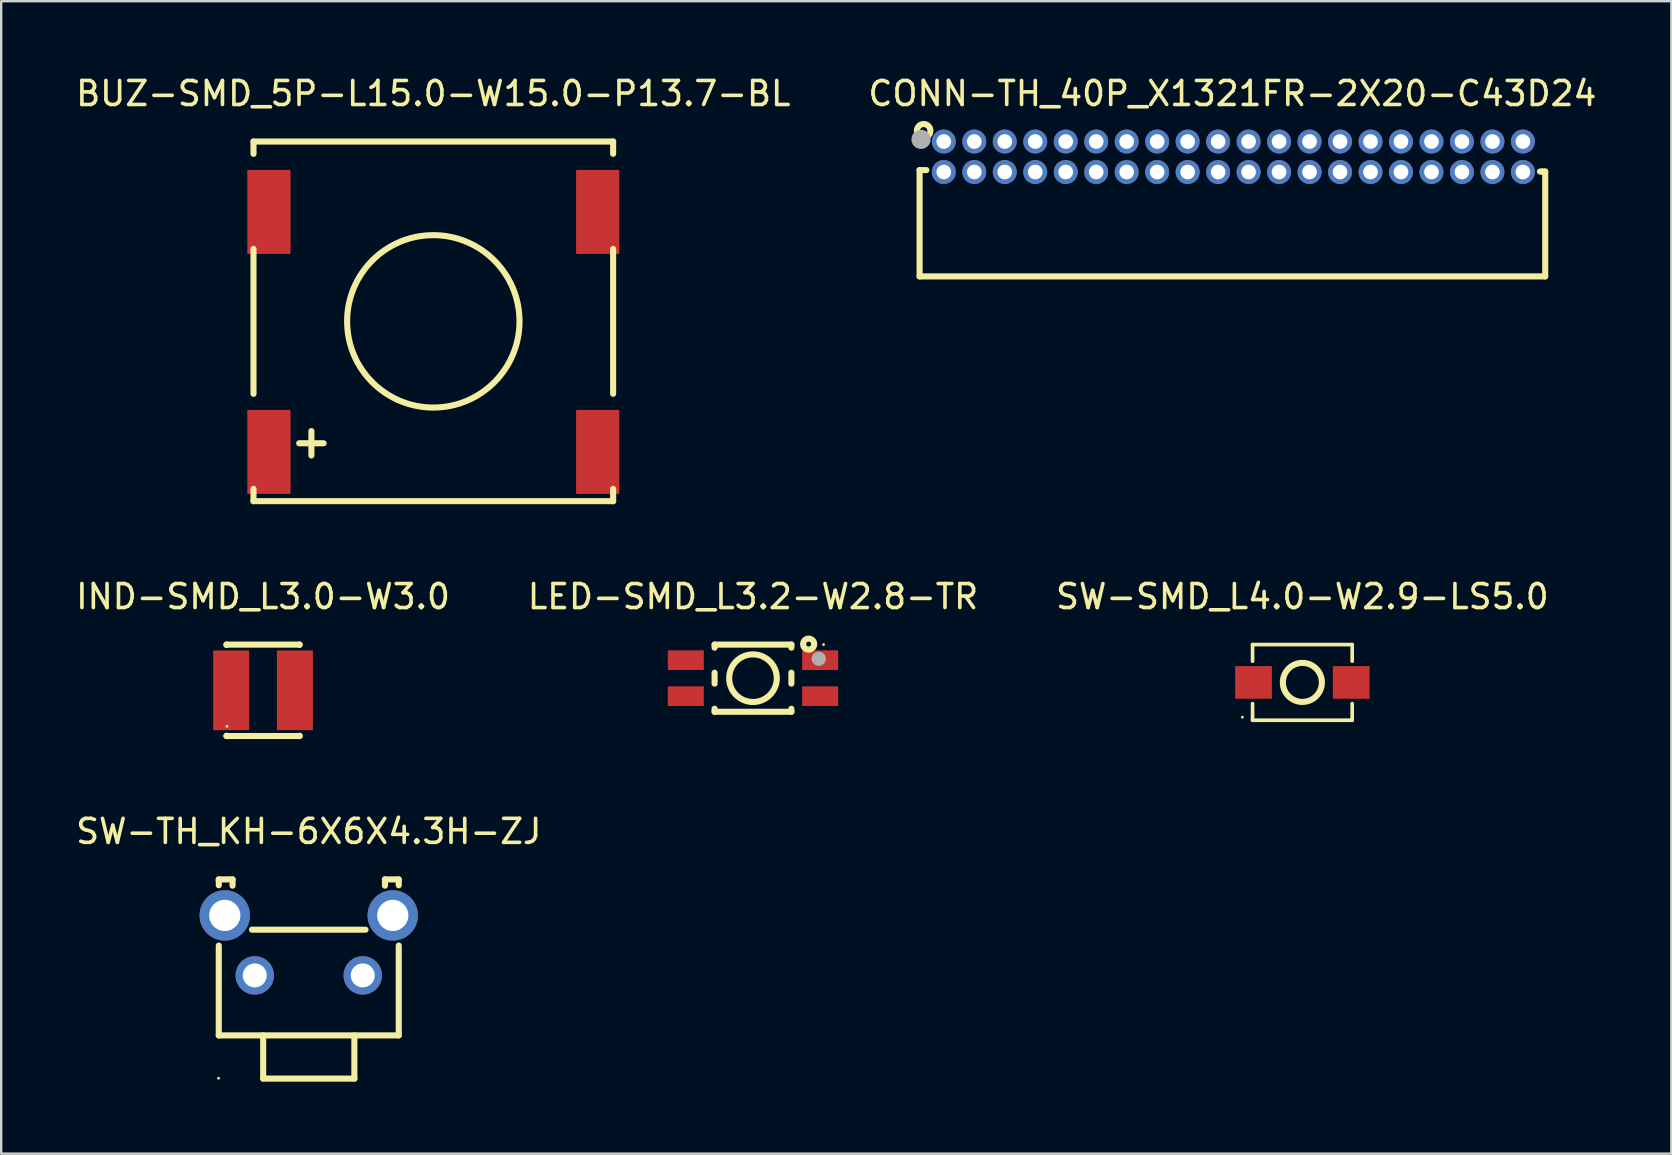
<source format=kicad_pcb>
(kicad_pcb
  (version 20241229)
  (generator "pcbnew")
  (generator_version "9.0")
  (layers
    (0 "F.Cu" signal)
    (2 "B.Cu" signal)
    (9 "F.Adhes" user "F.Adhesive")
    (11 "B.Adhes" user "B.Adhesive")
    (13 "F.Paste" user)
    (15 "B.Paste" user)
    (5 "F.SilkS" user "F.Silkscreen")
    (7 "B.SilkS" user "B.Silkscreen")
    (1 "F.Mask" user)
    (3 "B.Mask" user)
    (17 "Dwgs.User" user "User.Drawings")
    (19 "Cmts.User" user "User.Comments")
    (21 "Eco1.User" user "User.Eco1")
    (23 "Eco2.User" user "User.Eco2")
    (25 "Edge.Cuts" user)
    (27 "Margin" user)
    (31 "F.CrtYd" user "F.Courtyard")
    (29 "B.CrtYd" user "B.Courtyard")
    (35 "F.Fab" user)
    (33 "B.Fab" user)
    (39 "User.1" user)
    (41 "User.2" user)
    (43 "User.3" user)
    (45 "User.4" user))
  (footprint "LED-SMD_L3.2-W2.8-TR"
    (layer "F.Cu")
    (at 28.327 25.21)
    (property "Reference" "LED-SMD_L3.2-W2.8-TR" (at 0 -3.4 0) (layer "F.SilkS") (effects (font (size 1 1) (thickness 0.15))))
    (attr smd)
    (fp_line (start -1.6 -1.4) (end -1.6 -1.273) (stroke (width 0.254) (type solid)) (layer "F.SilkS"))
    (fp_line (start -1.6 -1.4) (end 1.6 -1.4) (stroke (width 0.254) (type solid)) (layer "F.SilkS"))
    (fp_line (start -1.6 -0.227) (end -1.6 0.227) (stroke (width 0.254) (type solid)) (layer "F.SilkS"))
    (fp_line (start -1.6 1.273) (end -1.6 1.4) (stroke (width 0.254) (type solid)) (layer "F.SilkS"))
    (fp_line (start -1.6 1.4) (end 1.6 1.4) (stroke (width 0.254) (type solid)) (layer "F.SilkS"))
    (fp_line (start 1.6 -1.4) (end 1.6 -1.273) (stroke (width 0.254) (type solid)) (layer "F.SilkS"))
    (fp_line (start 1.6 -0.227) (end 1.6 0.227) (stroke (width 0.254) (type solid)) (layer "F.SilkS"))
    (fp_line (start 1.6 1.273) (end 1.6 1.4) (stroke (width 0.254) (type solid)) (layer "F.SilkS"))
    (fp_circle (center 0 0) (end 0.992 0) (stroke (width 0.254) (type solid)) (fill no) (layer "F.SilkS"))
    (fp_circle (center 2.32 -1.42) (end 2.423 -1.42) (stroke (width 0.254) (type solid)) (fill no) (layer "F.SilkS"))
    (fp_circle (center 2.94 -1.4) (end 2.97 -1.4) (stroke (width 0.06) (type solid)) (fill no) (layer "F.SilkS"))
    (fp_circle (center 2.74 -0.81) (end 2.89 -0.81) (stroke (width 0.3) (type solid)) (fill no) (layer "F.Fab"))
    (pad "1" smd rect (at 2.8 -0.75 90) (size 0.82 1.5) (layers "F.Cu" "F.Mask" "F.Paste"))
    (pad "2" smd rect (at 2.8 0.75 90) (size 0.82 1.5) (layers "F.Cu" "F.Mask" "F.Paste"))
    (pad "3" smd rect (at -2.8 0.75 90) (size 0.82 1.5) (layers "F.Cu" "F.Mask" "F.Paste"))
    (pad "4" smd rect (at -2.8 -0.75 90) (size 0.82 1.5) (layers "F.Cu" "F.Mask" "F.Paste")))
  (footprint "IND-SMD_L3.0-W3.0"
    (layer "F.Cu")
    (at 7.911 25.715)
    (property "Reference" "IND-SMD_L3.0-W3.0" (at 0 -3.905 0) (layer "F.SilkS") (effects (font (size 1 1) (thickness 0.15))))
    (attr smd)
    (fp_line (start -1.524 -1.905) (end 1.524 -1.905) (stroke (width 0.254) (type solid)) (layer "F.SilkS"))
    (fp_line (start -1.524 -1.891) (end -1.524 -1.905) (stroke (width 0.254) (type solid)) (layer "F.SilkS"))
    (fp_line (start -1.524 1.905) (end -1.524 1.891) (stroke (width 0.254) (type solid)) (layer "F.SilkS"))
    (fp_line (start -1.524 1.905) (end 1.524 1.905) (stroke (width 0.254) (type solid)) (layer "F.SilkS"))
    (fp_line (start 1.524 -1.905) (end 1.524 -1.891) (stroke (width 0.254) (type solid)) (layer "F.SilkS"))
    (fp_line (start 1.524 1.891) (end 1.524 1.905) (stroke (width 0.254) (type solid)) (layer "F.SilkS"))
    (fp_circle (center -1.5 1.5) (end -1.47 1.5) (stroke (width 0.06) (type solid)) (fill no) (layer "F.SilkS"))
    (pad "1" smd rect (at 1.328 0) (size 1.5 3.32) (layers "F.Cu" "F.Mask" "F.Paste"))
    (pad "2" smd rect (at -1.328 0) (size 1.5 3.32) (layers "F.Cu" "F.Mask" "F.Paste")))
  (footprint "SW-SMD_L4.0-W2.9-LS5.0"
    (layer "F.Cu")
    (at 51.22 25.386)
    (property "Reference" "SW-SMD_L4.0-W2.9-LS5.0" (at 0 -3.576 0) (layer "F.SilkS") (effects (font (size 1 1) (thickness 0.15))))
    (attr smd)
    (fp_line (start -2.076 -1.576) (end -2.076 -0.883) (stroke (width 0.152) (type solid)) (layer "F.SilkS"))
    (fp_line (start -2.076 1.576) (end -2.076 0.883) (stroke (width 0.152) (type solid)) (layer "F.SilkS"))
    (fp_line (start 2.076 -1.576) (end -2.076 -1.576) (stroke (width 0.152) (type solid)) (layer "F.SilkS"))
    (fp_line (start 2.076 -1.576) (end 2.076 -0.883) (stroke (width 0.152) (type solid)) (layer "F.SilkS"))
    (fp_line (start 2.076 1.576) (end -2.076 1.576) (stroke (width 0.152) (type solid)) (layer "F.SilkS"))
    (fp_line (start 2.076 1.576) (end 2.076 0.883) (stroke (width 0.152) (type solid)) (layer "F.SilkS"))
    (fp_circle (center -2.5 1.45) (end -2.47 1.45) (stroke (width 0.06) (type solid)) (fill no) (layer "F.SilkS"))
    (fp_circle (center 0 0) (end 0.813 0) (stroke (width 0.254) (type solid)) (fill no) (layer "F.SilkS"))
    (pad "1" smd rect (at -2.035 0) (size 1.53 1.36) (layers "F.Cu" "F.Mask" "F.Paste"))
    (pad "2" smd rect (at 2.035 0) (size 1.53 1.36) (layers "F.Cu" "F.Mask" "F.Paste")))
  (footprint "BUZ-SMD_5P-L15.0-W15.0-P13.7-BL"
    (layer "F.Cu")
    (at 15.006 10.781)
    (property "Reference" "BUZ-SMD_5P-L15.0-W15.0-P13.7-BL" (at 0 -9.933 0) (layer "F.SilkS") (effects (font (size 1 1) (thickness 0.15))))
    (attr smd)
    (fp_line (start -7.493 -7.933) (end 7.493 -7.933) (stroke (width 0.254) (type solid)) (layer "F.SilkS"))
    (fp_line (start -7.493 -7.421) (end -7.493 -7.933) (stroke (width 0.254) (type solid)) (layer "F.SilkS"))
    (fp_line (start -7.493 2.579) (end -7.493 -3.459) (stroke (width 0.254) (type solid)) (layer "F.SilkS"))
    (fp_line (start -7.493 7.053) (end -7.493 6.541) (stroke (width 0.254) (type solid)) (layer "F.SilkS"))
    (fp_line (start -5.588 4.64) (end -4.572 4.64) (stroke (width 0.254) (type solid)) (layer "F.SilkS"))
    (fp_line (start -5.08 4.132) (end -5.08 5.148) (stroke (width 0.254) (type solid)) (layer "F.SilkS"))
    (fp_line (start 7.493 -7.933) (end 7.493 -7.421) (stroke (width 0.254) (type solid)) (layer "F.SilkS"))
    (fp_line (start 7.493 -3.459) (end 7.493 2.579) (stroke (width 0.254) (type solid)) (layer "F.SilkS"))
    (fp_line (start 7.493 6.541) (end 7.493 7.053) (stroke (width 0.254) (type solid)) (layer "F.SilkS"))
    (fp_line (start 7.493 7.053) (end -7.493 7.053) (stroke (width 0.254) (type solid)) (layer "F.SilkS"))
    (fp_circle (center -7.5 7.06) (end -7.47 7.06) (stroke (width 0.06) (type solid)) (fill no) (layer "F.SilkS"))
    (fp_circle (center 0.000127 -0.44) (end 3.592 -0.44) (stroke (width 0.254) (type solid)) (fill no) (layer "F.SilkS"))
    (pad "1" smd rect (at -6.85 5) (size 1.8 3.5) (layers "F.Cu" "F.Mask" "F.Paste"))
    (pad "2" smd rect (at 6.85 5) (size 1.8 3.5) (layers "F.Cu" "F.Mask" "F.Paste"))
    (pad "3" smd rect (at 6.85 -5) (size 1.8 3.5) (layers "F.Cu" "F.Mask" "F.Paste"))
    (pad "4" smd rect (at -6.85 -5) (size 1.8 3.5) (layers "F.Cu" "F.Mask" "F.Paste")))
  (footprint "CONN-TH_40P_X1321FR-2X20-C43D24"
    (layer "F.Cu")
    (at 48.344 3.483)
    (property "Reference" "CONN-TH_40P_X1321FR-2X20-C43D24" (at -0.04 -2.635 0) (layer "F.SilkS") (effects (font (size 1 1) (thickness 0.15))))
    (attr through_hole)
    (fp_line (start -13.075 0.555) (end -13.075 4.985) (stroke (width 0.254) (type solid)) (layer "F.SilkS"))
    (fp_line (start -13.075 4.985) (end 12.995 4.985) (stroke (width 0.254) (type solid)) (layer "F.SilkS"))
    (fp_line (start -12.792 0.555) (end -13.075 0.555) (stroke (width 0.254) (type solid)) (layer "F.SilkS"))
    (fp_line (start 12.865 0.615) (end 12.775 0.615) (stroke (width 0.254) (type solid)) (layer "F.SilkS"))
    (fp_line (start 12.995 0.615) (end 12.865 0.615) (stroke (width 0.254) (type solid)) (layer "F.SilkS"))
    (fp_line (start 12.995 4.985) (end 12.995 0.615) (stroke (width 0.254) (type solid)) (layer "F.SilkS"))
    (fp_circle (center -12.905 -1.085) (end -12.625 -1.085) (stroke (width 0.254) (type solid)) (fill no) (layer "F.SilkS"))
    (fp_circle (center -12.9 -0.71) (end -12.87 -0.71) (stroke (width 0.06) (type solid)) (fill no) (layer "F.SilkS"))
    (fp_circle (center -13.015 -0.725) (end -12.815 -0.725) (stroke (width 0.4) (type solid)) (fill no) (layer "F.Fab"))
    (pad "1" thru_hole circle (at -12.066 -0.635) (size 1 1) (drill 0.61) (layers "*.Cu" "*.Mask"))
    (pad "2" thru_hole circle (at -12.066 0.635) (size 1 1) (drill 0.61) (layers "*.Cu" "*.Mask"))
    (pad "3" thru_hole circle (at -10.796 -0.635) (size 1 1) (drill 0.61) (layers "*.Cu" "*.Mask"))
    (pad "4" thru_hole circle (at -10.796 0.635) (size 1 1) (drill 0.61) (layers "*.Cu" "*.Mask"))
    (pad "5" thru_hole circle (at -9.526 -0.635) (size 1 1) (drill 0.61) (layers "*.Cu" "*.Mask"))
    (pad "6" thru_hole circle (at -9.526 0.635) (size 1 1) (drill 0.61) (layers "*.Cu" "*.Mask"))
    (pad "7" thru_hole circle (at -8.255 -0.635) (size 1 1) (drill 0.61) (layers "*.Cu" "*.Mask"))
    (pad "8" thru_hole circle (at -8.256 0.635) (size 1 1) (drill 0.61) (layers "*.Cu" "*.Mask"))
    (pad "9" thru_hole circle (at -6.985 -0.635) (size 1 1) (drill 0.61) (layers "*.Cu" "*.Mask"))
    (pad "10" thru_hole circle (at -6.985 0.635) (size 1 1) (drill 0.61) (layers "*.Cu" "*.Mask"))
    (pad "11" thru_hole circle (at -5.715 -0.635) (size 1 1) (drill 0.61) (layers "*.Cu" "*.Mask"))
    (pad "12" thru_hole circle (at -5.715 0.635) (size 1 1) (drill 0.61) (layers "*.Cu" "*.Mask"))
    (pad "13" thru_hole circle (at -4.445 -0.635) (size 1 1) (drill 0.61) (layers "*.Cu" "*.Mask"))
    (pad "14" thru_hole circle (at -4.445 0.635) (size 1 1) (drill 0.61) (layers "*.Cu" "*.Mask"))
    (pad "15" thru_hole circle (at -3.175 -0.635) (size 1 1) (drill 0.61) (layers "*.Cu" "*.Mask"))
    (pad "16" thru_hole circle (at -3.175 0.635) (size 1 1) (drill 0.61) (layers "*.Cu" "*.Mask"))
    (pad "17" thru_hole circle (at -1.905 -0.635) (size 1 1) (drill 0.61) (layers "*.Cu" "*.Mask"))
    (pad "18" thru_hole circle (at -1.905 0.635) (size 1 1) (drill 0.61) (layers "*.Cu" "*.Mask"))
    (pad "19" thru_hole circle (at -0.635 -0.635) (size 1 1) (drill 0.61) (layers "*.Cu" "*.Mask"))
    (pad "20" thru_hole circle (at -0.635 0.635) (size 1 1) (drill 0.61) (layers "*.Cu" "*.Mask"))
    (pad "21" thru_hole circle (at 0.635 -0.635) (size 1 1) (drill 0.61) (layers "*.Cu" "*.Mask"))
    (pad "22" thru_hole circle (at 0.635 0.635) (size 1 1) (drill 0.61) (layers "*.Cu" "*.Mask"))
    (pad "23" thru_hole circle (at 1.905 -0.635) (size 1 1) (drill 0.61) (layers "*.Cu" "*.Mask"))
    (pad "24" thru_hole circle (at 1.905 0.635) (size 1 1) (drill 0.61) (layers "*.Cu" "*.Mask"))
    (pad "25" thru_hole circle (at 3.175 -0.635) (size 1 1) (drill 0.61) (layers "*.Cu" "*.Mask"))
    (pad "26" thru_hole circle (at 3.175 0.635) (size 1 1) (drill 0.61) (layers "*.Cu" "*.Mask"))
    (pad "27" thru_hole circle (at 4.445 -0.635) (size 1 1) (drill 0.61) (layers "*.Cu" "*.Mask"))
    (pad "28" thru_hole circle (at 4.445 0.635) (size 1 1) (drill 0.61) (layers "*.Cu" "*.Mask"))
    (pad "29" thru_hole circle (at 5.715 -0.635) (size 1 1) (drill 0.61) (layers "*.Cu" "*.Mask"))
    (pad "30" thru_hole circle (at 5.715 0.635) (size 1 1) (drill 0.61) (layers "*.Cu" "*.Mask"))
    (pad "31" thru_hole circle (at 6.985 -0.635) (size 1 1) (drill 0.61) (layers "*.Cu" "*.Mask"))
    (pad "32" thru_hole circle (at 6.985 0.635) (size 1 1) (drill 0.61) (layers "*.Cu" "*.Mask"))
    (pad "33" thru_hole circle (at 8.255 -0.635) (size 1 1) (drill 0.61) (layers "*.Cu" "*.Mask"))
    (pad "34" thru_hole circle (at 8.255 0.635) (size 1 1) (drill 0.61) (layers "*.Cu" "*.Mask"))
    (pad "35" thru_hole circle (at 9.525 -0.635) (size 1 1) (drill 0.61) (layers "*.Cu" "*.Mask"))
    (pad "36" thru_hole circle (at 9.525 0.635) (size 1 1) (drill 0.61) (layers "*.Cu" "*.Mask"))
    (pad "37" thru_hole circle (at 10.796 -0.635) (size 1 1) (drill 0.61) (layers "*.Cu" "*.Mask"))
    (pad "38" thru_hole circle (at 10.796 0.635) (size 1 1) (drill 0.61) (layers "*.Cu" "*.Mask"))
    (pad "39" thru_hole circle (at 12.066 -0.635) (size 1 1) (drill 0.61) (layers "*.Cu" "*.Mask"))
    (pad "40" thru_hole circle (at 12.066 0.635) (size 1 1) (drill 0.61) (layers "*.Cu" "*.Mask")))
  (footprint "SW-TH_KH-6X6X4.3H-ZJ"
    (layer "F.Cu")
    (at 9.816 36.345)
    (property "Reference" "SW-TH_KH-6X6X4.3H-ZJ" (at -0.000127 -4.75 0) (layer "F.SilkS") (effects (font (size 1 1) (thickness 0.15))))
    (attr through_hole)
    (fp_line (start -3.75 3.75) (end -3.75 0.006) (stroke (width 0.254) (type solid)) (layer "F.SilkS"))
    (fp_line (start -3.75 3.75) (end 3.75 3.75) (stroke (width 0.254) (type solid)) (layer "F.SilkS"))
    (fp_line (start -3.749 -2.75) (end -3.175 -2.75) (stroke (width 0.254) (type solid)) (layer "F.SilkS"))
    (fp_line (start -3.749 -2.718) (end -3.749 -2.75) (stroke (width 0.254) (type solid)) (layer "F.SilkS"))
    (fp_line (start -3.749 -2.507) (end -3.749 -2.718) (stroke (width 0.254) (type solid)) (layer "F.SilkS"))
    (fp_line (start -3.175 -2.75) (end -3.175 -2.489) (stroke (width 0.254) (type solid)) (layer "F.SilkS"))
    (fp_line (start -2.366 -0.655) (end 2.366 -0.655) (stroke (width 0.254) (type solid)) (layer "F.SilkS"))
    (fp_line (start -1.9 5.55) (end 1.9 5.55) (stroke (width 0.254) (type solid)) (layer "F.SilkS"))
    (fp_line (start -1.9 3.75) (end -1.9 5.55) (stroke (width 0.254) (type solid)) (layer "F.SilkS"))
    (fp_line (start 1.9 3.75) (end 1.9 5.55) (stroke (width 0.254) (type solid)) (layer "F.SilkS"))
    (fp_line (start 3.175 -2.75) (end 3.175 -2.489) (stroke (width 0.254) (type solid)) (layer "F.SilkS"))
    (fp_line (start 3.75 -2.75) (end 3.175 -2.75) (stroke (width 0.254) (type solid)) (layer "F.SilkS"))
    (fp_line (start 3.75 -2.507) (end 3.75 -2.75) (stroke (width 0.254) (type solid)) (layer "F.SilkS"))
    (fp_line (start 3.75 3.75) (end 3.75 0.006) (stroke (width 0.254) (type solid)) (layer "F.SilkS"))
    (fp_circle (center -3.759 5.534) (end -3.729 5.534) (stroke (width 0.06) (type solid)) (fill no) (layer "F.SilkS"))
    (pad "1" thru_hole circle (at -2.25 1.25) (size 1.6 1.6) (drill 1) (layers "*.Cu" "*.Mask"))
    (pad "2" thru_hole circle (at 2.25 1.25) (size 1.6 1.6) (drill 1) (layers "*.Cu" "*.Mask"))
    (pad "3" thru_hole circle (at -3.5 -1.25) (size 2.1 2.1) (drill 1.3) (layers "*.Cu" "*.Mask"))
    (pad "4" thru_hole circle (at 3.5 -1.25) (size 2.1 2.1) (drill 1.3) (layers "*.Cu" "*.Mask")))
  (gr_rect
    (start -3 -3)
    (end 66.595 45.022)
    (stroke (width 0.1) (type default))
    (fill no)
    (layer "Edge.Cuts")))
</source>
